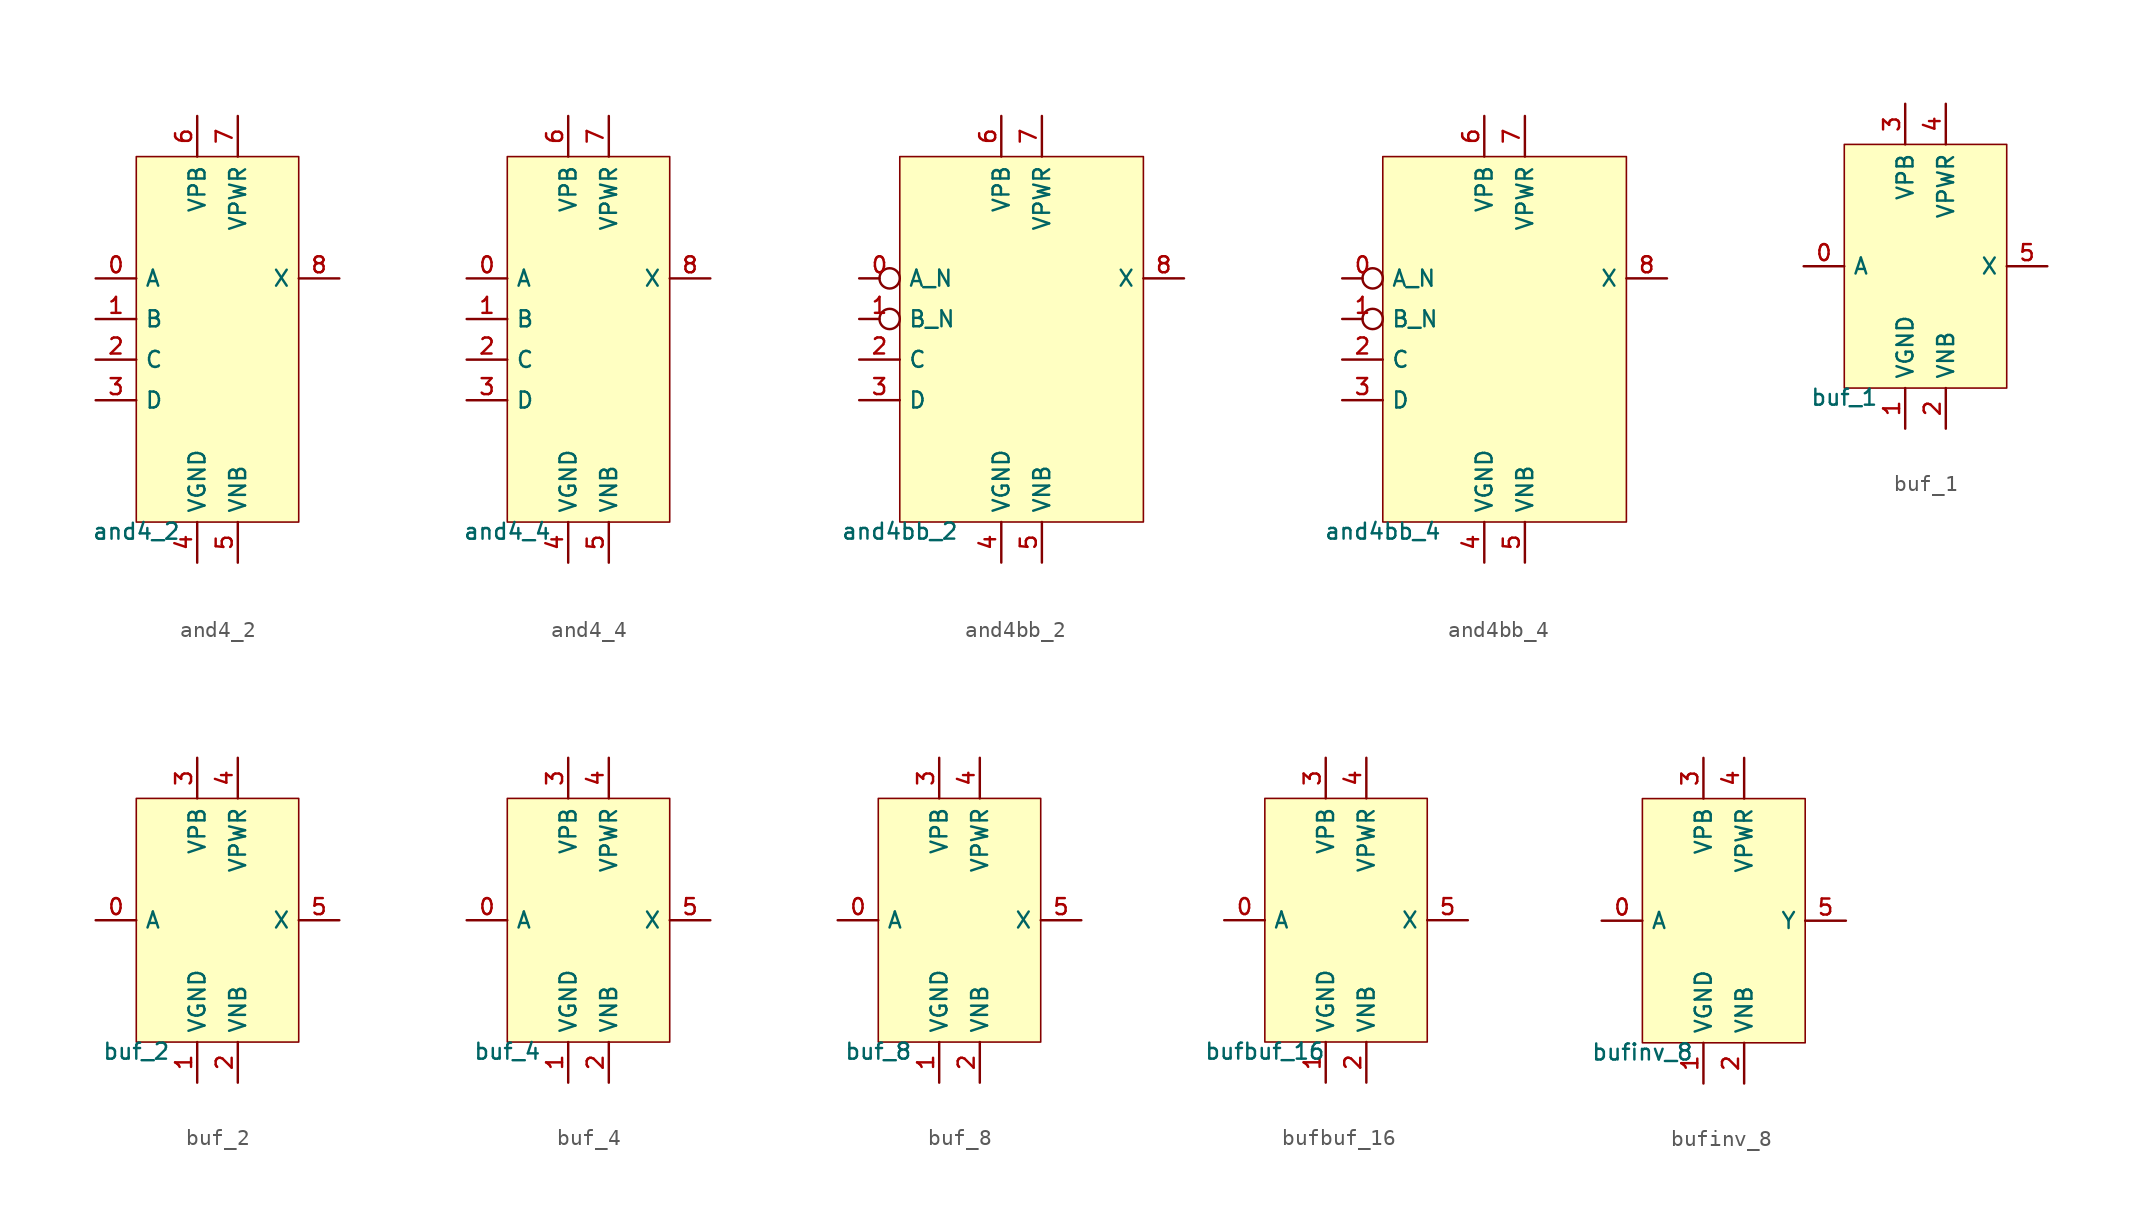
<source format=kicad_sym>
(kicad_symbol_lib
  (version 20211014)
  (generator lef2kicad_sym)
  (symbol "and4_2"
    (property "Reference" "CELL"
      (at 0 0 0)
      (effects (font (size 1 1)) hide))
    (property "Value" "and4_2"
      (at -5.08 -11.43 0)
      (effects (font (size 1 1)) (justify top)))
    (rectangle
      (start -5.08 -11.43)
      (end 5.08 11.43)
      (stroke (width 0.1) (type solid) (color 0 0 0 0))
      (fill (type background)))
    (pin input line
      (at -7.62 3.81 0)
      (length 2.54)
      (name "A" (effects (font (size 1 1)) hide))
      (number "0" (effects (font (size 1 1)) hide)))
    (pin input line
      (at -7.62 1.27 0)
      (length 2.54)
      (name "B" (effects (font (size 1 1)) hide))
      (number "1" (effects (font (size 1 1)) hide)))
    (pin input line
      (at -7.62 -1.27 0)
      (length 2.54)
      (name "C" (effects (font (size 1 1)) hide))
      (number "2" (effects (font (size 1 1)) hide)))
    (pin input line
      (at -7.62 -3.81 0)
      (length 2.54)
      (name "D" (effects (font (size 1 1)) hide))
      (number "3" (effects (font (size 1 1)) hide)))
    (pin power_in line
      (at -1.27 -13.97 90)
      (length 2.54)
      (name "VGND" (effects (font (size 1 1)) hide))
      (number "4" (effects (font (size 1 1)) hide)))
    (pin power_in line
      (at 1.27 -13.97 90)
      (length 2.54)
      (name "VNB" (effects (font (size 1 1)) hide))
      (number "5" (effects (font (size 1 1)) hide)))
    (pin power_in line
      (at -1.27 13.97 270)
      (length 2.54)
      (name "VPB" (effects (font (size 1 1)) hide))
      (number "6" (effects (font (size 1 1)) hide)))
    (pin power_in line
      (at 1.27 13.97 270)
      (length 2.54)
      (name "VPWR" (effects (font (size 1 1)) hide))
      (number "7" (effects (font (size 1 1)) hide)))
    (pin output line
      (at 7.62 3.81 180)
      (length 2.54)
      (name "X" (effects (font (size 1 1)) hide))
      (number "8" (effects (font (size 1 1)) hide))))
  (symbol "and4_4"
    (property "Reference" "CELL"
      (at 0 0 0)
      (effects (font (size 1 1)) hide))
    (property "Value" "and4_4"
      (at -5.08 -11.43 0)
      (effects (font (size 1 1)) (justify top)))
    (rectangle
      (start -5.08 -11.43)
      (end 5.08 11.43)
      (stroke (width 0.1) (type solid) (color 0 0 0 0))
      (fill (type background)))
    (pin input line
      (at -7.62 3.81 0)
      (length 2.54)
      (name "A" (effects (font (size 1 1)) hide))
      (number "0" (effects (font (size 1 1)) hide)))
    (pin input line
      (at -7.62 1.27 0)
      (length 2.54)
      (name "B" (effects (font (size 1 1)) hide))
      (number "1" (effects (font (size 1 1)) hide)))
    (pin input line
      (at -7.62 -1.27 0)
      (length 2.54)
      (name "C" (effects (font (size 1 1)) hide))
      (number "2" (effects (font (size 1 1)) hide)))
    (pin input line
      (at -7.62 -3.81 0)
      (length 2.54)
      (name "D" (effects (font (size 1 1)) hide))
      (number "3" (effects (font (size 1 1)) hide)))
    (pin power_in line
      (at -1.27 -13.97 90)
      (length 2.54)
      (name "VGND" (effects (font (size 1 1)) hide))
      (number "4" (effects (font (size 1 1)) hide)))
    (pin power_in line
      (at 1.27 -13.97 90)
      (length 2.54)
      (name "VNB" (effects (font (size 1 1)) hide))
      (number "5" (effects (font (size 1 1)) hide)))
    (pin power_in line
      (at -1.27 13.97 270)
      (length 2.54)
      (name "VPB" (effects (font (size 1 1)) hide))
      (number "6" (effects (font (size 1 1)) hide)))
    (pin power_in line
      (at 1.27 13.97 270)
      (length 2.54)
      (name "VPWR" (effects (font (size 1 1)) hide))
      (number "7" (effects (font (size 1 1)) hide)))
    (pin output line
      (at 7.62 3.81 180)
      (length 2.54)
      (name "X" (effects (font (size 1 1)) hide))
      (number "8" (effects (font (size 1 1)) hide))))
  (symbol "and4bb_2"
    (property "Reference" "CELL"
      (at 0 0 0)
      (effects (font (size 1 1)) hide))
    (property "Value" "and4bb_2"
      (at -7.62 -11.43 0)
      (effects (font (size 1 1)) (justify top)))
    (rectangle
      (start -7.62 -11.43)
      (end 7.62 11.43)
      (stroke (width 0.1) (type solid) (color 0 0 0 0))
      (fill (type background)))
    (pin input inverted
      (at -10.16 3.81 0)
      (length 2.54)
      (name "A_N" (effects (font (size 1 1)) hide))
      (number "0" (effects (font (size 1 1)) hide)))
    (pin input inverted
      (at -10.16 1.27 0)
      (length 2.54)
      (name "B_N" (effects (font (size 1 1)) hide))
      (number "1" (effects (font (size 1 1)) hide)))
    (pin input line
      (at -10.16 -1.27 0)
      (length 2.54)
      (name "C" (effects (font (size 1 1)) hide))
      (number "2" (effects (font (size 1 1)) hide)))
    (pin input line
      (at -10.16 -3.81 0)
      (length 2.54)
      (name "D" (effects (font (size 1 1)) hide))
      (number "3" (effects (font (size 1 1)) hide)))
    (pin power_in line
      (at -1.27 -13.97 90)
      (length 2.54)
      (name "VGND" (effects (font (size 1 1)) hide))
      (number "4" (effects (font (size 1 1)) hide)))
    (pin power_in line
      (at 1.27 -13.97 90)
      (length 2.54)
      (name "VNB" (effects (font (size 1 1)) hide))
      (number "5" (effects (font (size 1 1)) hide)))
    (pin power_in line
      (at -1.27 13.97 270)
      (length 2.54)
      (name "VPB" (effects (font (size 1 1)) hide))
      (number "6" (effects (font (size 1 1)) hide)))
    (pin power_in line
      (at 1.27 13.97 270)
      (length 2.54)
      (name "VPWR" (effects (font (size 1 1)) hide))
      (number "7" (effects (font (size 1 1)) hide)))
    (pin output line
      (at 10.16 3.81 180)
      (length 2.54)
      (name "X" (effects (font (size 1 1)) hide))
      (number "8" (effects (font (size 1 1)) hide))))
  (symbol "and4bb_4"
    (property "Reference" "CELL"
      (at 0 0 0)
      (effects (font (size 1 1)) hide))
    (property "Value" "and4bb_4"
      (at -7.62 -11.43 0)
      (effects (font (size 1 1)) (justify top)))
    (rectangle
      (start -7.62 -11.43)
      (end 7.62 11.43)
      (stroke (width 0.1) (type solid) (color 0 0 0 0))
      (fill (type background)))
    (pin input inverted
      (at -10.16 3.81 0)
      (length 2.54)
      (name "A_N" (effects (font (size 1 1)) hide))
      (number "0" (effects (font (size 1 1)) hide)))
    (pin input inverted
      (at -10.16 1.27 0)
      (length 2.54)
      (name "B_N" (effects (font (size 1 1)) hide))
      (number "1" (effects (font (size 1 1)) hide)))
    (pin input line
      (at -10.16 -1.27 0)
      (length 2.54)
      (name "C" (effects (font (size 1 1)) hide))
      (number "2" (effects (font (size 1 1)) hide)))
    (pin input line
      (at -10.16 -3.81 0)
      (length 2.54)
      (name "D" (effects (font (size 1 1)) hide))
      (number "3" (effects (font (size 1 1)) hide)))
    (pin power_in line
      (at -1.27 -13.97 90)
      (length 2.54)
      (name "VGND" (effects (font (size 1 1)) hide))
      (number "4" (effects (font (size 1 1)) hide)))
    (pin power_in line
      (at 1.27 -13.97 90)
      (length 2.54)
      (name "VNB" (effects (font (size 1 1)) hide))
      (number "5" (effects (font (size 1 1)) hide)))
    (pin power_in line
      (at -1.27 13.97 270)
      (length 2.54)
      (name "VPB" (effects (font (size 1 1)) hide))
      (number "6" (effects (font (size 1 1)) hide)))
    (pin power_in line
      (at 1.27 13.97 270)
      (length 2.54)
      (name "VPWR" (effects (font (size 1 1)) hide))
      (number "7" (effects (font (size 1 1)) hide)))
    (pin output line
      (at 10.16 3.81 180)
      (length 2.54)
      (name "X" (effects (font (size 1 1)) hide))
      (number "8" (effects (font (size 1 1)) hide))))
  (symbol "buf_1"
    (property "Reference" "CELL"
      (at 0 0 0)
      (effects (font (size 1 1)) hide))
    (property "Value" "buf_1"
      (at -5.08 -7.62 0)
      (effects (font (size 1 1)) (justify top)))
    (rectangle
      (start -5.08 -7.62)
      (end 5.08 7.62)
      (stroke (width 0.1) (type solid) (color 0 0 0 0))
      (fill (type background)))
    (pin input line
      (at -7.62 0.0 0)
      (length 2.54)
      (name "A" (effects (font (size 1 1)) hide))
      (number "0" (effects (font (size 1 1)) hide)))
    (pin power_in line
      (at -1.27 -10.16 90)
      (length 2.54)
      (name "VGND" (effects (font (size 1 1)) hide))
      (number "1" (effects (font (size 1 1)) hide)))
    (pin power_in line
      (at 1.27 -10.16 90)
      (length 2.54)
      (name "VNB" (effects (font (size 1 1)) hide))
      (number "2" (effects (font (size 1 1)) hide)))
    (pin power_in line
      (at -1.27 10.16 270)
      (length 2.54)
      (name "VPB" (effects (font (size 1 1)) hide))
      (number "3" (effects (font (size 1 1)) hide)))
    (pin power_in line
      (at 1.27 10.16 270)
      (length 2.54)
      (name "VPWR" (effects (font (size 1 1)) hide))
      (number "4" (effects (font (size 1 1)) hide)))
    (pin output line
      (at 7.62 0.0 180)
      (length 2.54)
      (name "X" (effects (font (size 1 1)) hide))
      (number "5" (effects (font (size 1 1)) hide))))
  (symbol "buf_2"
    (property "Reference" "CELL"
      (at 0 0 0)
      (effects (font (size 1 1)) hide))
    (property "Value" "buf_2"
      (at -5.08 -7.62 0)
      (effects (font (size 1 1)) (justify top)))
    (rectangle
      (start -5.08 -7.62)
      (end 5.08 7.62)
      (stroke (width 0.1) (type solid) (color 0 0 0 0))
      (fill (type background)))
    (pin input line
      (at -7.62 0.0 0)
      (length 2.54)
      (name "A" (effects (font (size 1 1)) hide))
      (number "0" (effects (font (size 1 1)) hide)))
    (pin power_in line
      (at -1.27 -10.16 90)
      (length 2.54)
      (name "VGND" (effects (font (size 1 1)) hide))
      (number "1" (effects (font (size 1 1)) hide)))
    (pin power_in line
      (at 1.27 -10.16 90)
      (length 2.54)
      (name "VNB" (effects (font (size 1 1)) hide))
      (number "2" (effects (font (size 1 1)) hide)))
    (pin power_in line
      (at -1.27 10.16 270)
      (length 2.54)
      (name "VPB" (effects (font (size 1 1)) hide))
      (number "3" (effects (font (size 1 1)) hide)))
    (pin power_in line
      (at 1.27 10.16 270)
      (length 2.54)
      (name "VPWR" (effects (font (size 1 1)) hide))
      (number "4" (effects (font (size 1 1)) hide)))
    (pin output line
      (at 7.62 0.0 180)
      (length 2.54)
      (name "X" (effects (font (size 1 1)) hide))
      (number "5" (effects (font (size 1 1)) hide))))
  (symbol "buf_4"
    (property "Reference" "CELL"
      (at 0 0 0)
      (effects (font (size 1 1)) hide))
    (property "Value" "buf_4"
      (at -5.08 -7.62 0)
      (effects (font (size 1 1)) (justify top)))
    (rectangle
      (start -5.08 -7.62)
      (end 5.08 7.62)
      (stroke (width 0.1) (type solid) (color 0 0 0 0))
      (fill (type background)))
    (pin input line
      (at -7.62 0.0 0)
      (length 2.54)
      (name "A" (effects (font (size 1 1)) hide))
      (number "0" (effects (font (size 1 1)) hide)))
    (pin power_in line
      (at -1.27 -10.16 90)
      (length 2.54)
      (name "VGND" (effects (font (size 1 1)) hide))
      (number "1" (effects (font (size 1 1)) hide)))
    (pin power_in line
      (at 1.27 -10.16 90)
      (length 2.54)
      (name "VNB" (effects (font (size 1 1)) hide))
      (number "2" (effects (font (size 1 1)) hide)))
    (pin power_in line
      (at -1.27 10.16 270)
      (length 2.54)
      (name "VPB" (effects (font (size 1 1)) hide))
      (number "3" (effects (font (size 1 1)) hide)))
    (pin power_in line
      (at 1.27 10.16 270)
      (length 2.54)
      (name "VPWR" (effects (font (size 1 1)) hide))
      (number "4" (effects (font (size 1 1)) hide)))
    (pin output line
      (at 7.62 0.0 180)
      (length 2.54)
      (name "X" (effects (font (size 1 1)) hide))
      (number "5" (effects (font (size 1 1)) hide))))
  (symbol "buf_8"
    (property "Reference" "CELL"
      (at 0 0 0)
      (effects (font (size 1 1)) hide))
    (property "Value" "buf_8"
      (at -5.08 -7.62 0)
      (effects (font (size 1 1)) (justify top)))
    (rectangle
      (start -5.08 -7.62)
      (end 5.08 7.62)
      (stroke (width 0.1) (type solid) (color 0 0 0 0))
      (fill (type background)))
    (pin input line
      (at -7.62 0.0 0)
      (length 2.54)
      (name "A" (effects (font (size 1 1)) hide))
      (number "0" (effects (font (size 1 1)) hide)))
    (pin power_in line
      (at -1.27 -10.16 90)
      (length 2.54)
      (name "VGND" (effects (font (size 1 1)) hide))
      (number "1" (effects (font (size 1 1)) hide)))
    (pin power_in line
      (at 1.27 -10.16 90)
      (length 2.54)
      (name "VNB" (effects (font (size 1 1)) hide))
      (number "2" (effects (font (size 1 1)) hide)))
    (pin power_in line
      (at -1.27 10.16 270)
      (length 2.54)
      (name "VPB" (effects (font (size 1 1)) hide))
      (number "3" (effects (font (size 1 1)) hide)))
    (pin power_in line
      (at 1.27 10.16 270)
      (length 2.54)
      (name "VPWR" (effects (font (size 1 1)) hide))
      (number "4" (effects (font (size 1 1)) hide)))
    (pin output line
      (at 7.62 0.0 180)
      (length 2.54)
      (name "X" (effects (font (size 1 1)) hide))
      (number "5" (effects (font (size 1 1)) hide))))
  (symbol "bufbuf_16"
    (property "Reference" "CELL"
      (at 0 0 0)
      (effects (font (size 1 1)) hide))
    (property "Value" "bufbuf_16"
      (at -5.08 -7.62 0)
      (effects (font (size 1 1)) (justify top)))
    (rectangle
      (start -5.08 -7.62)
      (end 5.08 7.62)
      (stroke (width 0.1) (type solid) (color 0 0 0 0))
      (fill (type background)))
    (pin input line
      (at -7.62 0.0 0)
      (length 2.54)
      (name "A" (effects (font (size 1 1)) hide))
      (number "0" (effects (font (size 1 1)) hide)))
    (pin power_in line
      (at -1.27 -10.16 90)
      (length 2.54)
      (name "VGND" (effects (font (size 1 1)) hide))
      (number "1" (effects (font (size 1 1)) hide)))
    (pin power_in line
      (at 1.27 -10.16 90)
      (length 2.54)
      (name "VNB" (effects (font (size 1 1)) hide))
      (number "2" (effects (font (size 1 1)) hide)))
    (pin power_in line
      (at -1.27 10.16 270)
      (length 2.54)
      (name "VPB" (effects (font (size 1 1)) hide))
      (number "3" (effects (font (size 1 1)) hide)))
    (pin power_in line
      (at 1.27 10.16 270)
      (length 2.54)
      (name "VPWR" (effects (font (size 1 1)) hide))
      (number "4" (effects (font (size 1 1)) hide)))
    (pin output line
      (at 7.62 0.0 180)
      (length 2.54)
      (name "X" (effects (font (size 1 1)) hide))
      (number "5" (effects (font (size 1 1)) hide))))
  (symbol "bufinv_8"
    (property "Reference" "CELL"
      (at 0 0 0)
      (effects (font (size 1 1)) hide))
    (property "Value" "bufinv_8"
      (at -5.08 -7.62 0)
      (effects (font (size 1 1)) (justify top)))
    (rectangle
      (start -5.08 -7.62)
      (end 5.08 7.62)
      (stroke (width 0.1) (type solid) (color 0 0 0 0))
      (fill (type background)))
    (pin input line
      (at -7.62 0.0 0)
      (length 2.54)
      (name "A" (effects (font (size 1 1)) hide))
      (number "0" (effects (font (size 1 1)) hide)))
    (pin power_in line
      (at -1.27 -10.16 90)
      (length 2.54)
      (name "VGND" (effects (font (size 1 1)) hide))
      (number "1" (effects (font (size 1 1)) hide)))
    (pin power_in line
      (at 1.27 -10.16 90)
      (length 2.54)
      (name "VNB" (effects (font (size 1 1)) hide))
      (number "2" (effects (font (size 1 1)) hide)))
    (pin power_in line
      (at -1.27 10.16 270)
      (length 2.54)
      (name "VPB" (effects (font (size 1 1)) hide))
      (number "3" (effects (font (size 1 1)) hide)))
    (pin power_in line
      (at 1.27 10.16 270)
      (length 2.54)
      (name "VPWR" (effects (font (size 1 1)) hide))
      (number "4" (effects (font (size 1 1)) hide)))
    (pin output line
      (at 7.62 0.0 180)
      (length 2.54)
      (name "Y" (effects (font (size 1 1)) hide))
      (number "5" (effects (font (size 1 1)) hide)))))
</source>
